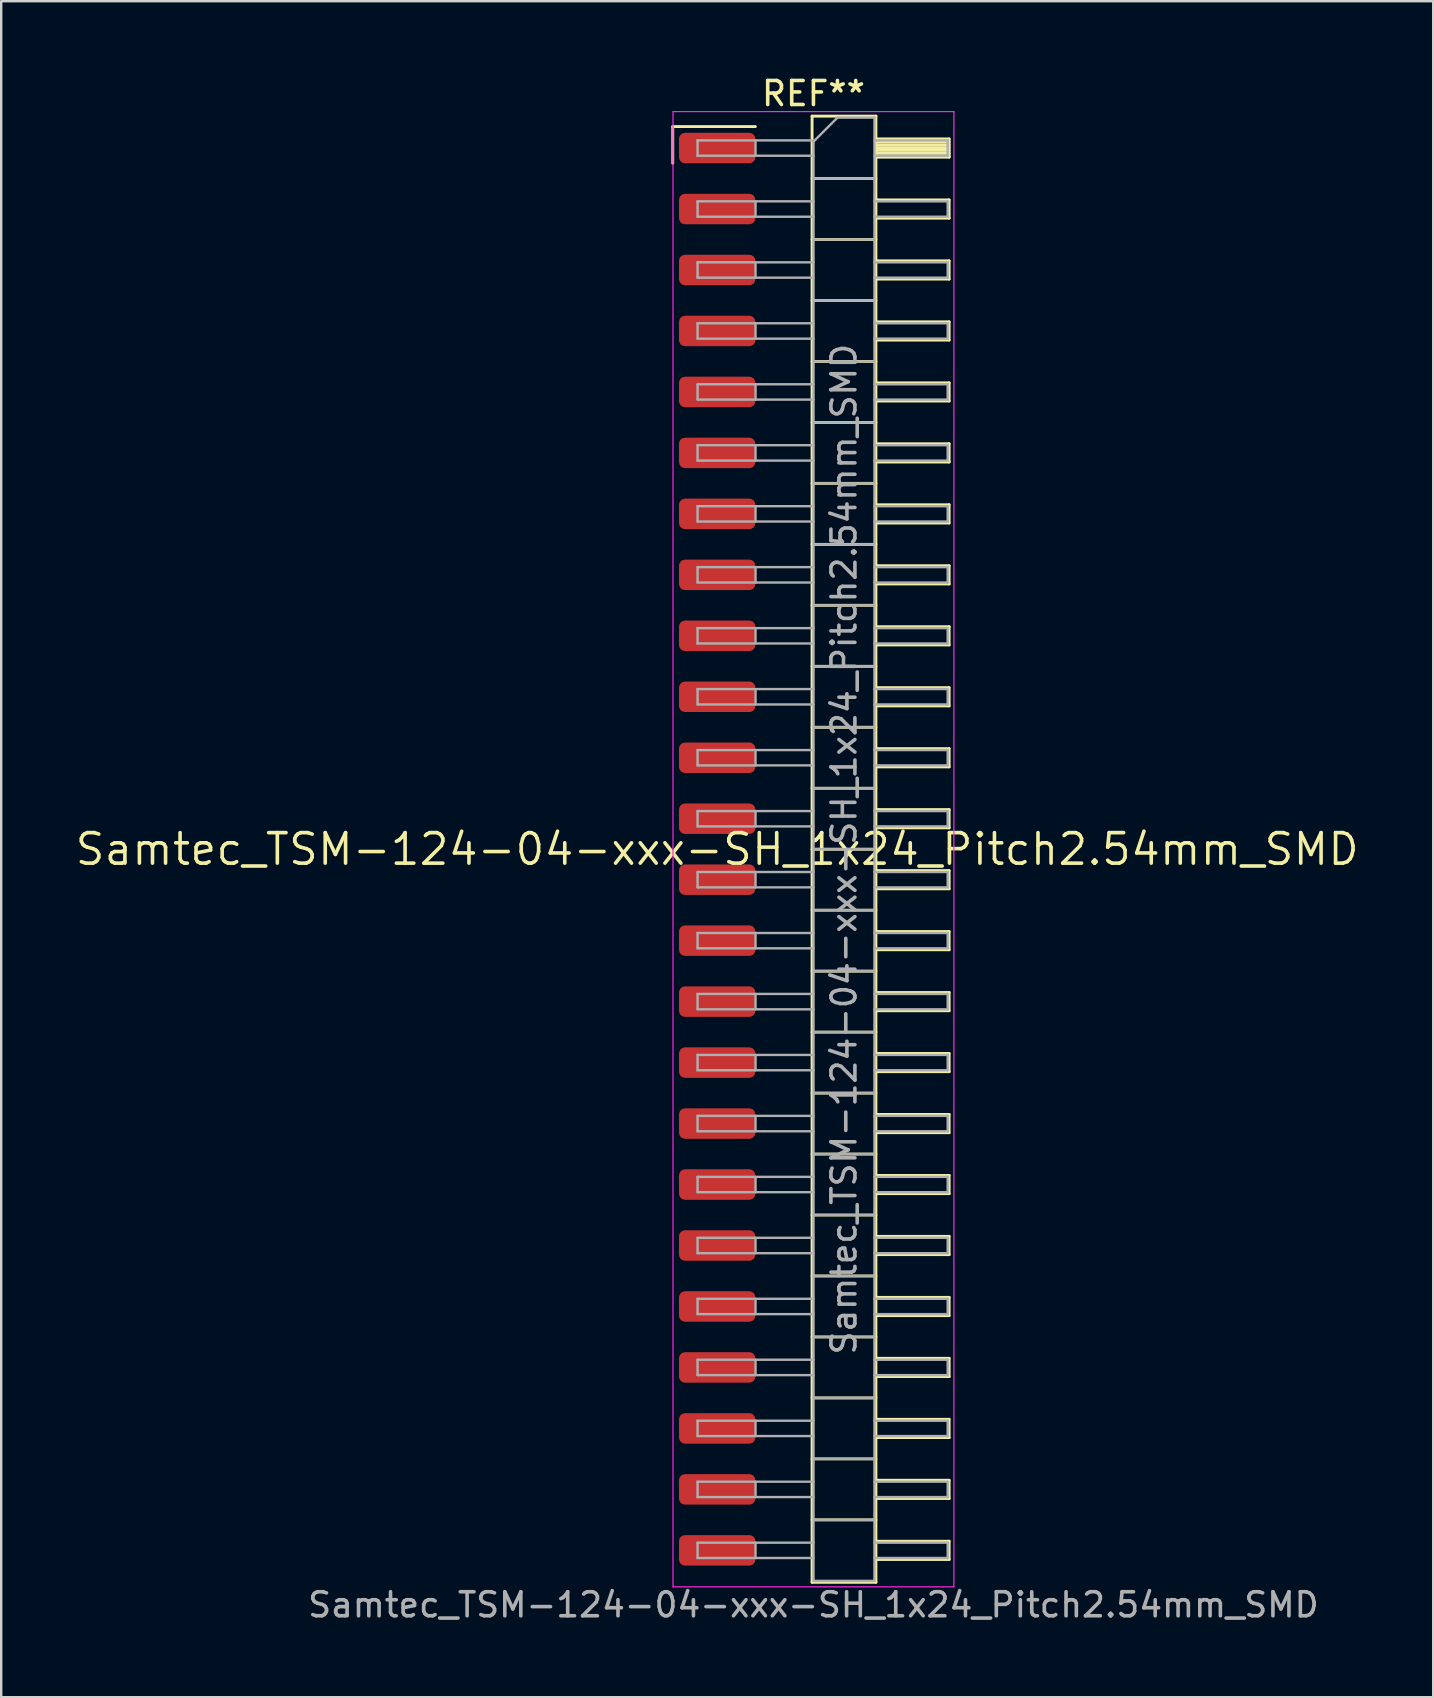
<source format=kicad_pcb>
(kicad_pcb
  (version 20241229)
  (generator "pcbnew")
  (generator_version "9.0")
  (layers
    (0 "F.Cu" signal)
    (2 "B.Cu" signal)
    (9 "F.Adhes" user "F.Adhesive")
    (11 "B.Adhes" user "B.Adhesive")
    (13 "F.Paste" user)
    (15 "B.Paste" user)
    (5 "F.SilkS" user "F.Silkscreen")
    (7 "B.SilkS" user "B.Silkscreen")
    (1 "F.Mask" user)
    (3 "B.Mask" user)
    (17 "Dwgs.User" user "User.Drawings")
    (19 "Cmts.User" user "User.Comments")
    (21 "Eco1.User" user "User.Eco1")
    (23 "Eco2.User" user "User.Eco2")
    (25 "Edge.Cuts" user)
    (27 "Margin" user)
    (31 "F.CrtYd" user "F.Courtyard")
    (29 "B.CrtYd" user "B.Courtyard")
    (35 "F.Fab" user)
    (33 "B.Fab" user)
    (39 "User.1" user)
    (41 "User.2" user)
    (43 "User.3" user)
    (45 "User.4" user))
  (footprint "Samtec_TSM-124-04-xxx-SH_1x24_Pitch2.54mm_SMD"
    (layer "F.Cu")
    (at 26.828 32.328)
    (property "Reference" "Samtec_TSM-124-04-xxx-SH_1x24_Pitch2.54mm_SMD" (at 0 0 0) (layer "F.SilkS") (effects (font (size 1.27 1.27) (thickness 0.15))))
    (attr smd)
    (fp_line (start -1.85 -30.105) (end 1.59 -30.105) (stroke (width 0.12) (type solid)) (layer "F.SilkS"))
    (fp_line (start -1.85 -28.575) (end -1.85 -30.105) (stroke (width 0.12) (type solid)) (layer "F.SilkS"))
    (fp_line (start 3.953 -30.54) (end 6.613 -30.54) (stroke (width 0.12) (type solid)) (layer "F.SilkS"))
    (fp_line (start 3.953 -27.94) (end 6.613 -27.94) (stroke (width 0.12) (type solid)) (layer "F.SilkS"))
    (fp_line (start 3.953 -25.4) (end 6.613 -25.4) (stroke (width 0.12) (type solid)) (layer "F.SilkS"))
    (fp_line (start 3.953 -22.86) (end 6.613 -22.86) (stroke (width 0.12) (type solid)) (layer "F.SilkS"))
    (fp_line (start 3.953 -20.32) (end 6.613 -20.32) (stroke (width 0.12) (type solid)) (layer "F.SilkS"))
    (fp_line (start 3.953 -17.78) (end 6.613 -17.78) (stroke (width 0.12) (type solid)) (layer "F.SilkS"))
    (fp_line (start 3.953 -15.24) (end 6.613 -15.24) (stroke (width 0.12) (type solid)) (layer "F.SilkS"))
    (fp_line (start 3.953 -12.7) (end 6.613 -12.7) (stroke (width 0.12) (type solid)) (layer "F.SilkS"))
    (fp_line (start 3.953 -10.16) (end 6.613 -10.16) (stroke (width 0.12) (type solid)) (layer "F.SilkS"))
    (fp_line (start 3.953 -7.62) (end 6.613 -7.62) (stroke (width 0.12) (type solid)) (layer "F.SilkS"))
    (fp_line (start 3.953 -5.08) (end 6.613 -5.08) (stroke (width 0.12) (type solid)) (layer "F.SilkS"))
    (fp_line (start 3.953 -2.54) (end 6.613 -2.54) (stroke (width 0.12) (type solid)) (layer "F.SilkS"))
    (fp_line (start 3.953 0) (end 6.613 0) (stroke (width 0.12) (type solid)) (layer "F.SilkS"))
    (fp_line (start 3.953 2.54) (end 6.613 2.54) (stroke (width 0.12) (type solid)) (layer "F.SilkS"))
    (fp_line (start 3.953 5.08) (end 6.613 5.08) (stroke (width 0.12) (type solid)) (layer "F.SilkS"))
    (fp_line (start 3.953 7.62) (end 6.613 7.62) (stroke (width 0.12) (type solid)) (layer "F.SilkS"))
    (fp_line (start 3.953 10.16) (end 6.613 10.16) (stroke (width 0.12) (type solid)) (layer "F.SilkS"))
    (fp_line (start 3.953 12.7) (end 6.613 12.7) (stroke (width 0.12) (type solid)) (layer "F.SilkS"))
    (fp_line (start 3.953 15.24) (end 6.613 15.24) (stroke (width 0.12) (type solid)) (layer "F.SilkS"))
    (fp_line (start 3.953 17.78) (end 6.613 17.78) (stroke (width 0.12) (type solid)) (layer "F.SilkS"))
    (fp_line (start 3.953 20.32) (end 6.613 20.32) (stroke (width 0.12) (type solid)) (layer "F.SilkS"))
    (fp_line (start 3.953 22.86) (end 6.613 22.86) (stroke (width 0.12) (type solid)) (layer "F.SilkS"))
    (fp_line (start 3.953 25.4) (end 6.613 25.4) (stroke (width 0.12) (type solid)) (layer "F.SilkS"))
    (fp_line (start 3.953 27.94) (end 6.613 27.94) (stroke (width 0.12) (type solid)) (layer "F.SilkS"))
    (fp_line (start 3.953 30.54) (end 3.953 -30.54) (stroke (width 0.12) (type solid)) (layer "F.SilkS"))
    (fp_line (start 6.613 -30.54) (end 6.613 30.54) (stroke (width 0.12) (type solid)) (layer "F.SilkS"))
    (fp_line (start 6.613 -29.59) (end 9.663 -29.59) (stroke (width 0.12) (type solid)) (layer "F.SilkS"))
    (fp_line (start 6.613 -29.47) (end 9.663 -29.47) (stroke (width 0.12) (type solid)) (layer "F.SilkS"))
    (fp_line (start 6.613 -29.35) (end 9.663 -29.35) (stroke (width 0.12) (type solid)) (layer "F.SilkS"))
    (fp_line (start 6.613 -29.23) (end 9.663 -29.23) (stroke (width 0.12) (type solid)) (layer "F.SilkS"))
    (fp_line (start 6.613 -29.11) (end 9.663 -29.11) (stroke (width 0.12) (type solid)) (layer "F.SilkS"))
    (fp_line (start 6.613 -28.99) (end 9.663 -28.99) (stroke (width 0.12) (type solid)) (layer "F.SilkS"))
    (fp_line (start 6.613 -28.87) (end 9.663 -28.87) (stroke (width 0.12) (type solid)) (layer "F.SilkS"))
    (fp_line (start 6.613 -28.83) (end 9.663 -28.83) (stroke (width 0.12) (type solid)) (layer "F.SilkS"))
    (fp_line (start 6.613 -27.05) (end 9.663 -27.05) (stroke (width 0.12) (type solid)) (layer "F.SilkS"))
    (fp_line (start 6.613 -26.29) (end 9.663 -26.29) (stroke (width 0.12) (type solid)) (layer "F.SilkS"))
    (fp_line (start 6.613 -24.51) (end 9.663 -24.51) (stroke (width 0.12) (type solid)) (layer "F.SilkS"))
    (fp_line (start 6.613 -23.75) (end 9.663 -23.75) (stroke (width 0.12) (type solid)) (layer "F.SilkS"))
    (fp_line (start 6.613 -21.97) (end 9.663 -21.97) (stroke (width 0.12) (type solid)) (layer "F.SilkS"))
    (fp_line (start 6.613 -21.21) (end 9.663 -21.21) (stroke (width 0.12) (type solid)) (layer "F.SilkS"))
    (fp_line (start 6.613 -19.43) (end 9.663 -19.43) (stroke (width 0.12) (type solid)) (layer "F.SilkS"))
    (fp_line (start 6.613 -18.67) (end 9.663 -18.67) (stroke (width 0.12) (type solid)) (layer "F.SilkS"))
    (fp_line (start 6.613 -16.89) (end 9.663 -16.89) (stroke (width 0.12) (type solid)) (layer "F.SilkS"))
    (fp_line (start 6.613 -16.13) (end 9.663 -16.13) (stroke (width 0.12) (type solid)) (layer "F.SilkS"))
    (fp_line (start 6.613 -14.35) (end 9.663 -14.35) (stroke (width 0.12) (type solid)) (layer "F.SilkS"))
    (fp_line (start 6.613 -13.59) (end 9.663 -13.59) (stroke (width 0.12) (type solid)) (layer "F.SilkS"))
    (fp_line (start 6.613 -11.81) (end 9.663 -11.81) (stroke (width 0.12) (type solid)) (layer "F.SilkS"))
    (fp_line (start 6.613 -11.05) (end 9.663 -11.05) (stroke (width 0.12) (type solid)) (layer "F.SilkS"))
    (fp_line (start 6.613 -9.27) (end 9.663 -9.27) (stroke (width 0.12) (type solid)) (layer "F.SilkS"))
    (fp_line (start 6.613 -8.51) (end 9.663 -8.51) (stroke (width 0.12) (type solid)) (layer "F.SilkS"))
    (fp_line (start 6.613 -6.73) (end 9.663 -6.73) (stroke (width 0.12) (type solid)) (layer "F.SilkS"))
    (fp_line (start 6.613 -5.97) (end 9.663 -5.97) (stroke (width 0.12) (type solid)) (layer "F.SilkS"))
    (fp_line (start 6.613 -4.19) (end 9.663 -4.19) (stroke (width 0.12) (type solid)) (layer "F.SilkS"))
    (fp_line (start 6.613 -3.43) (end 9.663 -3.43) (stroke (width 0.12) (type solid)) (layer "F.SilkS"))
    (fp_line (start 6.613 -1.65) (end 9.663 -1.65) (stroke (width 0.12) (type solid)) (layer "F.SilkS"))
    (fp_line (start 6.613 -0.89) (end 9.663 -0.89) (stroke (width 0.12) (type solid)) (layer "F.SilkS"))
    (fp_line (start 6.613 0.89) (end 9.663 0.89) (stroke (width 0.12) (type solid)) (layer "F.SilkS"))
    (fp_line (start 6.613 1.65) (end 9.663 1.65) (stroke (width 0.12) (type solid)) (layer "F.SilkS"))
    (fp_line (start 6.613 3.43) (end 9.663 3.43) (stroke (width 0.12) (type solid)) (layer "F.SilkS"))
    (fp_line (start 6.613 4.19) (end 9.663 4.19) (stroke (width 0.12) (type solid)) (layer "F.SilkS"))
    (fp_line (start 6.613 5.97) (end 9.663 5.97) (stroke (width 0.12) (type solid)) (layer "F.SilkS"))
    (fp_line (start 6.613 6.73) (end 9.663 6.73) (stroke (width 0.12) (type solid)) (layer "F.SilkS"))
    (fp_line (start 6.613 8.51) (end 9.663 8.51) (stroke (width 0.12) (type solid)) (layer "F.SilkS"))
    (fp_line (start 6.613 9.27) (end 9.663 9.27) (stroke (width 0.12) (type solid)) (layer "F.SilkS"))
    (fp_line (start 6.613 11.05) (end 9.663 11.05) (stroke (width 0.12) (type solid)) (layer "F.SilkS"))
    (fp_line (start 6.613 11.81) (end 9.663 11.81) (stroke (width 0.12) (type solid)) (layer "F.SilkS"))
    (fp_line (start 6.613 13.59) (end 9.663 13.59) (stroke (width 0.12) (type solid)) (layer "F.SilkS"))
    (fp_line (start 6.613 14.35) (end 9.663 14.35) (stroke (width 0.12) (type solid)) (layer "F.SilkS"))
    (fp_line (start 6.613 16.13) (end 9.663 16.13) (stroke (width 0.12) (type solid)) (layer "F.SilkS"))
    (fp_line (start 6.613 16.89) (end 9.663 16.89) (stroke (width 0.12) (type solid)) (layer "F.SilkS"))
    (fp_line (start 6.613 18.67) (end 9.663 18.67) (stroke (width 0.12) (type solid)) (layer "F.SilkS"))
    (fp_line (start 6.613 19.43) (end 9.663 19.43) (stroke (width 0.12) (type solid)) (layer "F.SilkS"))
    (fp_line (start 6.613 21.21) (end 9.663 21.21) (stroke (width 0.12) (type solid)) (layer "F.SilkS"))
    (fp_line (start 6.613 21.97) (end 9.663 21.97) (stroke (width 0.12) (type solid)) (layer "F.SilkS"))
    (fp_line (start 6.613 23.75) (end 9.663 23.75) (stroke (width 0.12) (type solid)) (layer "F.SilkS"))
    (fp_line (start 6.613 24.51) (end 9.663 24.51) (stroke (width 0.12) (type solid)) (layer "F.SilkS"))
    (fp_line (start 6.613 26.29) (end 9.663 26.29) (stroke (width 0.12) (type solid)) (layer "F.SilkS"))
    (fp_line (start 6.613 27.05) (end 9.663 27.05) (stroke (width 0.12) (type solid)) (layer "F.SilkS"))
    (fp_line (start 6.613 28.83) (end 9.663 28.83) (stroke (width 0.12) (type solid)) (layer "F.SilkS"))
    (fp_line (start 6.613 29.59) (end 9.663 29.59) (stroke (width 0.12) (type solid)) (layer "F.SilkS"))
    (fp_line (start 6.613 30.54) (end 3.953 30.54) (stroke (width 0.12) (type solid)) (layer "F.SilkS"))
    (fp_line (start 9.663 -29.59) (end 9.663 -28.83) (stroke (width 0.12) (type solid)) (layer "F.SilkS"))
    (fp_line (start 9.663 -27.05) (end 9.663 -26.29) (stroke (width 0.12) (type solid)) (layer "F.SilkS"))
    (fp_line (start 9.663 -24.51) (end 9.663 -23.75) (stroke (width 0.12) (type solid)) (layer "F.SilkS"))
    (fp_line (start 9.663 -21.97) (end 9.663 -21.21) (stroke (width 0.12) (type solid)) (layer "F.SilkS"))
    (fp_line (start 9.663 -19.43) (end 9.663 -18.67) (stroke (width 0.12) (type solid)) (layer "F.SilkS"))
    (fp_line (start 9.663 -16.89) (end 9.663 -16.13) (stroke (width 0.12) (type solid)) (layer "F.SilkS"))
    (fp_line (start 9.663 -14.35) (end 9.663 -13.59) (stroke (width 0.12) (type solid)) (layer "F.SilkS"))
    (fp_line (start 9.663 -11.81) (end 9.663 -11.05) (stroke (width 0.12) (type solid)) (layer "F.SilkS"))
    (fp_line (start 9.663 -9.27) (end 9.663 -8.51) (stroke (width 0.12) (type solid)) (layer "F.SilkS"))
    (fp_line (start 9.663 -6.73) (end 9.663 -5.97) (stroke (width 0.12) (type solid)) (layer "F.SilkS"))
    (fp_line (start 9.663 -4.19) (end 9.663 -3.43) (stroke (width 0.12) (type solid)) (layer "F.SilkS"))
    (fp_line (start 9.663 -1.65) (end 9.663 -0.89) (stroke (width 0.12) (type solid)) (layer "F.SilkS"))
    (fp_line (start 9.663 0.89) (end 9.663 1.65) (stroke (width 0.12) (type solid)) (layer "F.SilkS"))
    (fp_line (start 9.663 3.43) (end 9.663 4.19) (stroke (width 0.12) (type solid)) (layer "F.SilkS"))
    (fp_line (start 9.663 5.97) (end 9.663 6.73) (stroke (width 0.12) (type solid)) (layer "F.SilkS"))
    (fp_line (start 9.663 8.51) (end 9.663 9.27) (stroke (width 0.12) (type solid)) (layer "F.SilkS"))
    (fp_line (start 9.663 11.05) (end 9.663 11.81) (stroke (width 0.12) (type solid)) (layer "F.SilkS"))
    (fp_line (start 9.663 13.59) (end 9.663 14.35) (stroke (width 0.12) (type solid)) (layer "F.SilkS"))
    (fp_line (start 9.663 16.13) (end 9.663 16.89) (stroke (width 0.12) (type solid)) (layer "F.SilkS"))
    (fp_line (start 9.663 18.67) (end 9.663 19.43) (stroke (width 0.12) (type solid)) (layer "F.SilkS"))
    (fp_line (start 9.663 21.21) (end 9.663 21.97) (stroke (width 0.12) (type solid)) (layer "F.SilkS"))
    (fp_line (start 9.663 23.75) (end 9.663 24.51) (stroke (width 0.12) (type solid)) (layer "F.SilkS"))
    (fp_line (start 9.663 26.29) (end 9.663 27.05) (stroke (width 0.12) (type solid)) (layer "F.SilkS"))
    (fp_line (start 9.663 28.83) (end 9.663 29.59) (stroke (width 0.12) (type solid)) (layer "F.SilkS"))
    (fp_line (start -1.84 -30.73) (end 9.86 -30.73) (stroke (width 0.05) (type solid)) (layer "F.CrtYd"))
    (fp_line (start -1.84 30.73) (end -1.84 -30.73) (stroke (width 0.05) (type solid)) (layer "F.CrtYd"))
    (fp_line (start 9.86 -30.73) (end 9.86 30.73) (stroke (width 0.05) (type solid)) (layer "F.CrtYd"))
    (fp_line (start 9.86 30.73) (end -1.84 30.73) (stroke (width 0.05) (type solid)) (layer "F.CrtYd"))
    (fp_line (start -0.817 -29.53) (end -0.817 -28.89) (stroke (width 0.1) (type solid)) (layer "F.Fab"))
    (fp_line (start -0.817 -29.53) (end 4.013 -29.53) (stroke (width 0.1) (type solid)) (layer "F.Fab"))
    (fp_line (start -0.817 -28.89) (end 4.013 -28.89) (stroke (width 0.1) (type solid)) (layer "F.Fab"))
    (fp_line (start -0.817 -26.99) (end -0.817 -26.35) (stroke (width 0.1) (type solid)) (layer "F.Fab"))
    (fp_line (start -0.817 -26.99) (end 4.013 -26.99) (stroke (width 0.1) (type solid)) (layer "F.Fab"))
    (fp_line (start -0.817 -26.35) (end 4.013 -26.35) (stroke (width 0.1) (type solid)) (layer "F.Fab"))
    (fp_line (start -0.817 -24.45) (end -0.817 -23.81) (stroke (width 0.1) (type solid)) (layer "F.Fab"))
    (fp_line (start -0.817 -24.45) (end 4.013 -24.45) (stroke (width 0.1) (type solid)) (layer "F.Fab"))
    (fp_line (start -0.817 -23.81) (end 4.013 -23.81) (stroke (width 0.1) (type solid)) (layer "F.Fab"))
    (fp_line (start -0.817 -21.91) (end -0.817 -21.27) (stroke (width 0.1) (type solid)) (layer "F.Fab"))
    (fp_line (start -0.817 -21.91) (end 4.013 -21.91) (stroke (width 0.1) (type solid)) (layer "F.Fab"))
    (fp_line (start -0.817 -21.27) (end 4.013 -21.27) (stroke (width 0.1) (type solid)) (layer "F.Fab"))
    (fp_line (start -0.817 -19.37) (end -0.817 -18.73) (stroke (width 0.1) (type solid)) (layer "F.Fab"))
    (fp_line (start -0.817 -19.37) (end 4.013 -19.37) (stroke (width 0.1) (type solid)) (layer "F.Fab"))
    (fp_line (start -0.817 -18.73) (end 4.013 -18.73) (stroke (width 0.1) (type solid)) (layer "F.Fab"))
    (fp_line (start -0.817 -16.83) (end -0.817 -16.19) (stroke (width 0.1) (type solid)) (layer "F.Fab"))
    (fp_line (start -0.817 -16.83) (end 4.013 -16.83) (stroke (width 0.1) (type solid)) (layer "F.Fab"))
    (fp_line (start -0.817 -16.19) (end 4.013 -16.19) (stroke (width 0.1) (type solid)) (layer "F.Fab"))
    (fp_line (start -0.817 -14.29) (end -0.817 -13.65) (stroke (width 0.1) (type solid)) (layer "F.Fab"))
    (fp_line (start -0.817 -14.29) (end 4.013 -14.29) (stroke (width 0.1) (type solid)) (layer "F.Fab"))
    (fp_line (start -0.817 -13.65) (end 4.013 -13.65) (stroke (width 0.1) (type solid)) (layer "F.Fab"))
    (fp_line (start -0.817 -11.75) (end -0.817 -11.11) (stroke (width 0.1) (type solid)) (layer "F.Fab"))
    (fp_line (start -0.817 -11.75) (end 4.013 -11.75) (stroke (width 0.1) (type solid)) (layer "F.Fab"))
    (fp_line (start -0.817 -11.11) (end 4.013 -11.11) (stroke (width 0.1) (type solid)) (layer "F.Fab"))
    (fp_line (start -0.817 -9.21) (end -0.817 -8.57) (stroke (width 0.1) (type solid)) (layer "F.Fab"))
    (fp_line (start -0.817 -9.21) (end 4.013 -9.21) (stroke (width 0.1) (type solid)) (layer "F.Fab"))
    (fp_line (start -0.817 -8.57) (end 4.013 -8.57) (stroke (width 0.1) (type solid)) (layer "F.Fab"))
    (fp_line (start -0.817 -6.67) (end -0.817 -6.03) (stroke (width 0.1) (type solid)) (layer "F.Fab"))
    (fp_line (start -0.817 -6.67) (end 4.013 -6.67) (stroke (width 0.1) (type solid)) (layer "F.Fab"))
    (fp_line (start -0.817 -6.03) (end 4.013 -6.03) (stroke (width 0.1) (type solid)) (layer "F.Fab"))
    (fp_line (start -0.817 -4.13) (end -0.817 -3.49) (stroke (width 0.1) (type solid)) (layer "F.Fab"))
    (fp_line (start -0.817 -4.13) (end 4.013 -4.13) (stroke (width 0.1) (type solid)) (layer "F.Fab"))
    (fp_line (start -0.817 -3.49) (end 4.013 -3.49) (stroke (width 0.1) (type solid)) (layer "F.Fab"))
    (fp_line (start -0.817 -1.59) (end -0.817 -0.95) (stroke (width 0.1) (type solid)) (layer "F.Fab"))
    (fp_line (start -0.817 -1.59) (end 4.013 -1.59) (stroke (width 0.1) (type solid)) (layer "F.Fab"))
    (fp_line (start -0.817 -0.95) (end 4.013 -0.95) (stroke (width 0.1) (type solid)) (layer "F.Fab"))
    (fp_line (start -0.817 0.95) (end -0.817 1.59) (stroke (width 0.1) (type solid)) (layer "F.Fab"))
    (fp_line (start -0.817 0.95) (end 4.013 0.95) (stroke (width 0.1) (type solid)) (layer "F.Fab"))
    (fp_line (start -0.817 1.59) (end 4.013 1.59) (stroke (width 0.1) (type solid)) (layer "F.Fab"))
    (fp_line (start -0.817 3.49) (end -0.817 4.13) (stroke (width 0.1) (type solid)) (layer "F.Fab"))
    (fp_line (start -0.817 3.49) (end 4.013 3.49) (stroke (width 0.1) (type solid)) (layer "F.Fab"))
    (fp_line (start -0.817 4.13) (end 4.013 4.13) (stroke (width 0.1) (type solid)) (layer "F.Fab"))
    (fp_line (start -0.817 6.03) (end -0.817 6.67) (stroke (width 0.1) (type solid)) (layer "F.Fab"))
    (fp_line (start -0.817 6.03) (end 4.013 6.03) (stroke (width 0.1) (type solid)) (layer "F.Fab"))
    (fp_line (start -0.817 6.67) (end 4.013 6.67) (stroke (width 0.1) (type solid)) (layer "F.Fab"))
    (fp_line (start -0.817 8.57) (end -0.817 9.21) (stroke (width 0.1) (type solid)) (layer "F.Fab"))
    (fp_line (start -0.817 8.57) (end 4.013 8.57) (stroke (width 0.1) (type solid)) (layer "F.Fab"))
    (fp_line (start -0.817 9.21) (end 4.013 9.21) (stroke (width 0.1) (type solid)) (layer "F.Fab"))
    (fp_line (start -0.817 11.11) (end -0.817 11.75) (stroke (width 0.1) (type solid)) (layer "F.Fab"))
    (fp_line (start -0.817 11.11) (end 4.013 11.11) (stroke (width 0.1) (type solid)) (layer "F.Fab"))
    (fp_line (start -0.817 11.75) (end 4.013 11.75) (stroke (width 0.1) (type solid)) (layer "F.Fab"))
    (fp_line (start -0.817 13.65) (end -0.817 14.29) (stroke (width 0.1) (type solid)) (layer "F.Fab"))
    (fp_line (start -0.817 13.65) (end 4.013 13.65) (stroke (width 0.1) (type solid)) (layer "F.Fab"))
    (fp_line (start -0.817 14.29) (end 4.013 14.29) (stroke (width 0.1) (type solid)) (layer "F.Fab"))
    (fp_line (start -0.817 16.19) (end -0.817 16.83) (stroke (width 0.1) (type solid)) (layer "F.Fab"))
    (fp_line (start -0.817 16.19) (end 4.013 16.19) (stroke (width 0.1) (type solid)) (layer "F.Fab"))
    (fp_line (start -0.817 16.83) (end 4.013 16.83) (stroke (width 0.1) (type solid)) (layer "F.Fab"))
    (fp_line (start -0.817 18.73) (end -0.817 19.37) (stroke (width 0.1) (type solid)) (layer "F.Fab"))
    (fp_line (start -0.817 18.73) (end 4.013 18.73) (stroke (width 0.1) (type solid)) (layer "F.Fab"))
    (fp_line (start -0.817 19.37) (end 4.013 19.37) (stroke (width 0.1) (type solid)) (layer "F.Fab"))
    (fp_line (start -0.817 21.27) (end -0.817 21.91) (stroke (width 0.1) (type solid)) (layer "F.Fab"))
    (fp_line (start -0.817 21.27) (end 4.013 21.27) (stroke (width 0.1) (type solid)) (layer "F.Fab"))
    (fp_line (start -0.817 21.91) (end 4.013 21.91) (stroke (width 0.1) (type solid)) (layer "F.Fab"))
    (fp_line (start -0.817 23.81) (end -0.817 24.45) (stroke (width 0.1) (type solid)) (layer "F.Fab"))
    (fp_line (start -0.817 23.81) (end 4.013 23.81) (stroke (width 0.1) (type solid)) (layer "F.Fab"))
    (fp_line (start -0.817 24.45) (end 4.013 24.45) (stroke (width 0.1) (type solid)) (layer "F.Fab"))
    (fp_line (start -0.817 26.35) (end -0.817 26.99) (stroke (width 0.1) (type solid)) (layer "F.Fab"))
    (fp_line (start -0.817 26.35) (end 4.013 26.35) (stroke (width 0.1) (type solid)) (layer "F.Fab"))
    (fp_line (start -0.817 26.99) (end 4.013 26.99) (stroke (width 0.1) (type solid)) (layer "F.Fab"))
    (fp_line (start -0.817 28.89) (end -0.817 29.53) (stroke (width 0.1) (type solid)) (layer "F.Fab"))
    (fp_line (start -0.817 28.89) (end 4.013 28.89) (stroke (width 0.1) (type solid)) (layer "F.Fab"))
    (fp_line (start -0.817 29.53) (end 4.013 29.53) (stroke (width 0.1) (type solid)) (layer "F.Fab"))
    (fp_line (start 1.598 -29.53) (end 1.598 -28.89) (stroke (width 0.1) (type solid)) (layer "F.Fab"))
    (fp_line (start 1.598 -26.99) (end 1.598 -26.35) (stroke (width 0.1) (type solid)) (layer "F.Fab"))
    (fp_line (start 1.598 -24.45) (end 1.598 -23.81) (stroke (width 0.1) (type solid)) (layer "F.Fab"))
    (fp_line (start 1.598 -21.91) (end 1.598 -21.27) (stroke (width 0.1) (type solid)) (layer "F.Fab"))
    (fp_line (start 1.598 -19.37) (end 1.598 -18.73) (stroke (width 0.1) (type solid)) (layer "F.Fab"))
    (fp_line (start 1.598 -16.83) (end 1.598 -16.19) (stroke (width 0.1) (type solid)) (layer "F.Fab"))
    (fp_line (start 1.598 -14.29) (end 1.598 -13.65) (stroke (width 0.1) (type solid)) (layer "F.Fab"))
    (fp_line (start 1.598 -11.75) (end 1.598 -11.11) (stroke (width 0.1) (type solid)) (layer "F.Fab"))
    (fp_line (start 1.598 -9.21) (end 1.598 -8.57) (stroke (width 0.1) (type solid)) (layer "F.Fab"))
    (fp_line (start 1.598 -6.67) (end 1.598 -6.03) (stroke (width 0.1) (type solid)) (layer "F.Fab"))
    (fp_line (start 1.598 -4.13) (end 1.598 -3.49) (stroke (width 0.1) (type solid)) (layer "F.Fab"))
    (fp_line (start 1.598 -1.59) (end 1.598 -0.95) (stroke (width 0.1) (type solid)) (layer "F.Fab"))
    (fp_line (start 1.598 0.95) (end 1.598 1.59) (stroke (width 0.1) (type solid)) (layer "F.Fab"))
    (fp_line (start 1.598 3.49) (end 1.598 4.13) (stroke (width 0.1) (type solid)) (layer "F.Fab"))
    (fp_line (start 1.598 6.03) (end 1.598 6.67) (stroke (width 0.1) (type solid)) (layer "F.Fab"))
    (fp_line (start 1.598 8.57) (end 1.598 9.21) (stroke (width 0.1) (type solid)) (layer "F.Fab"))
    (fp_line (start 1.598 11.11) (end 1.598 11.75) (stroke (width 0.1) (type solid)) (layer "F.Fab"))
    (fp_line (start 1.598 13.65) (end 1.598 14.29) (stroke (width 0.1) (type solid)) (layer "F.Fab"))
    (fp_line (start 1.598 16.19) (end 1.598 16.83) (stroke (width 0.1) (type solid)) (layer "F.Fab"))
    (fp_line (start 1.598 18.73) (end 1.598 19.37) (stroke (width 0.1) (type solid)) (layer "F.Fab"))
    (fp_line (start 1.598 21.27) (end 1.598 21.91) (stroke (width 0.1) (type solid)) (layer "F.Fab"))
    (fp_line (start 1.598 23.81) (end 1.598 24.45) (stroke (width 0.1) (type solid)) (layer "F.Fab"))
    (fp_line (start 1.598 26.35) (end 1.598 26.99) (stroke (width 0.1) (type solid)) (layer "F.Fab"))
    (fp_line (start 1.598 28.89) (end 1.598 29.53) (stroke (width 0.1) (type solid)) (layer "F.Fab"))
    (fp_line (start 4.013 -29.48) (end 5.013 -30.48) (stroke (width 0.1) (type solid)) (layer "F.Fab"))
    (fp_line (start 4.013 -27.94) (end 6.553 -27.94) (stroke (width 0.1) (type solid)) (layer "F.Fab"))
    (fp_line (start 4.013 -25.4) (end 6.553 -25.4) (stroke (width 0.1) (type solid)) (layer "F.Fab"))
    (fp_line (start 4.013 -22.86) (end 6.553 -22.86) (stroke (width 0.1) (type solid)) (layer "F.Fab"))
    (fp_line (start 4.013 -20.32) (end 6.553 -20.32) (stroke (width 0.1) (type solid)) (layer "F.Fab"))
    (fp_line (start 4.013 -17.78) (end 6.553 -17.78) (stroke (width 0.1) (type solid)) (layer "F.Fab"))
    (fp_line (start 4.013 -15.24) (end 6.553 -15.24) (stroke (width 0.1) (type solid)) (layer "F.Fab"))
    (fp_line (start 4.013 -12.7) (end 6.553 -12.7) (stroke (width 0.1) (type solid)) (layer "F.Fab"))
    (fp_line (start 4.013 -10.16) (end 6.553 -10.16) (stroke (width 0.1) (type solid)) (layer "F.Fab"))
    (fp_line (start 4.013 -7.62) (end 6.553 -7.62) (stroke (width 0.1) (type solid)) (layer "F.Fab"))
    (fp_line (start 4.013 -5.08) (end 6.553 -5.08) (stroke (width 0.1) (type solid)) (layer "F.Fab"))
    (fp_line (start 4.013 -2.54) (end 6.553 -2.54) (stroke (width 0.1) (type solid)) (layer "F.Fab"))
    (fp_line (start 4.013 0) (end 6.553 0) (stroke (width 0.1) (type solid)) (layer "F.Fab"))
    (fp_line (start 4.013 2.54) (end 6.553 2.54) (stroke (width 0.1) (type solid)) (layer "F.Fab"))
    (fp_line (start 4.013 5.08) (end 6.553 5.08) (stroke (width 0.1) (type solid)) (layer "F.Fab"))
    (fp_line (start 4.013 7.62) (end 6.553 7.62) (stroke (width 0.1) (type solid)) (layer "F.Fab"))
    (fp_line (start 4.013 10.16) (end 6.553 10.16) (stroke (width 0.1) (type solid)) (layer "F.Fab"))
    (fp_line (start 4.013 12.7) (end 6.553 12.7) (stroke (width 0.1) (type solid)) (layer "F.Fab"))
    (fp_line (start 4.013 15.24) (end 6.553 15.24) (stroke (width 0.1) (type solid)) (layer "F.Fab"))
    (fp_line (start 4.013 17.78) (end 6.553 17.78) (stroke (width 0.1) (type solid)) (layer "F.Fab"))
    (fp_line (start 4.013 20.32) (end 6.553 20.32) (stroke (width 0.1) (type solid)) (layer "F.Fab"))
    (fp_line (start 4.013 22.86) (end 6.553 22.86) (stroke (width 0.1) (type solid)) (layer "F.Fab"))
    (fp_line (start 4.013 25.4) (end 6.553 25.4) (stroke (width 0.1) (type solid)) (layer "F.Fab"))
    (fp_line (start 4.013 27.94) (end 6.553 27.94) (stroke (width 0.1) (type solid)) (layer "F.Fab"))
    (fp_line (start 4.013 30.48) (end 4.013 -29.48) (stroke (width 0.1) (type solid)) (layer "F.Fab"))
    (fp_line (start 5.013 -30.48) (end 6.553 -30.48) (stroke (width 0.1) (type solid)) (layer "F.Fab"))
    (fp_line (start 6.553 -30.48) (end 6.553 30.48) (stroke (width 0.1) (type solid)) (layer "F.Fab"))
    (fp_line (start 6.553 -29.53) (end 9.603 -29.53) (stroke (width 0.1) (type solid)) (layer "F.Fab"))
    (fp_line (start 6.553 -28.89) (end 9.603 -28.89) (stroke (width 0.1) (type solid)) (layer "F.Fab"))
    (fp_line (start 6.553 -26.99) (end 9.603 -26.99) (stroke (width 0.1) (type solid)) (layer "F.Fab"))
    (fp_line (start 6.553 -26.35) (end 9.603 -26.35) (stroke (width 0.1) (type solid)) (layer "F.Fab"))
    (fp_line (start 6.553 -24.45) (end 9.603 -24.45) (stroke (width 0.1) (type solid)) (layer "F.Fab"))
    (fp_line (start 6.553 -23.81) (end 9.603 -23.81) (stroke (width 0.1) (type solid)) (layer "F.Fab"))
    (fp_line (start 6.553 -21.91) (end 9.603 -21.91) (stroke (width 0.1) (type solid)) (layer "F.Fab"))
    (fp_line (start 6.553 -21.27) (end 9.603 -21.27) (stroke (width 0.1) (type solid)) (layer "F.Fab"))
    (fp_line (start 6.553 -19.37) (end 9.603 -19.37) (stroke (width 0.1) (type solid)) (layer "F.Fab"))
    (fp_line (start 6.553 -18.73) (end 9.603 -18.73) (stroke (width 0.1) (type solid)) (layer "F.Fab"))
    (fp_line (start 6.553 -16.83) (end 9.603 -16.83) (stroke (width 0.1) (type solid)) (layer "F.Fab"))
    (fp_line (start 6.553 -16.19) (end 9.603 -16.19) (stroke (width 0.1) (type solid)) (layer "F.Fab"))
    (fp_line (start 6.553 -14.29) (end 9.603 -14.29) (stroke (width 0.1) (type solid)) (layer "F.Fab"))
    (fp_line (start 6.553 -13.65) (end 9.603 -13.65) (stroke (width 0.1) (type solid)) (layer "F.Fab"))
    (fp_line (start 6.553 -11.75) (end 9.603 -11.75) (stroke (width 0.1) (type solid)) (layer "F.Fab"))
    (fp_line (start 6.553 -11.11) (end 9.603 -11.11) (stroke (width 0.1) (type solid)) (layer "F.Fab"))
    (fp_line (start 6.553 -9.21) (end 9.603 -9.21) (stroke (width 0.1) (type solid)) (layer "F.Fab"))
    (fp_line (start 6.553 -8.57) (end 9.603 -8.57) (stroke (width 0.1) (type solid)) (layer "F.Fab"))
    (fp_line (start 6.553 -6.67) (end 9.603 -6.67) (stroke (width 0.1) (type solid)) (layer "F.Fab"))
    (fp_line (start 6.553 -6.03) (end 9.603 -6.03) (stroke (width 0.1) (type solid)) (layer "F.Fab"))
    (fp_line (start 6.553 -4.13) (end 9.603 -4.13) (stroke (width 0.1) (type solid)) (layer "F.Fab"))
    (fp_line (start 6.553 -3.49) (end 9.603 -3.49) (stroke (width 0.1) (type solid)) (layer "F.Fab"))
    (fp_line (start 6.553 -1.59) (end 9.603 -1.59) (stroke (width 0.1) (type solid)) (layer "F.Fab"))
    (fp_line (start 6.553 -0.95) (end 9.603 -0.95) (stroke (width 0.1) (type solid)) (layer "F.Fab"))
    (fp_line (start 6.553 0.95) (end 9.603 0.95) (stroke (width 0.1) (type solid)) (layer "F.Fab"))
    (fp_line (start 6.553 1.59) (end 9.603 1.59) (stroke (width 0.1) (type solid)) (layer "F.Fab"))
    (fp_line (start 6.553 3.49) (end 9.603 3.49) (stroke (width 0.1) (type solid)) (layer "F.Fab"))
    (fp_line (start 6.553 4.13) (end 9.603 4.13) (stroke (width 0.1) (type solid)) (layer "F.Fab"))
    (fp_line (start 6.553 6.03) (end 9.603 6.03) (stroke (width 0.1) (type solid)) (layer "F.Fab"))
    (fp_line (start 6.553 6.67) (end 9.603 6.67) (stroke (width 0.1) (type solid)) (layer "F.Fab"))
    (fp_line (start 6.553 8.57) (end 9.603 8.57) (stroke (width 0.1) (type solid)) (layer "F.Fab"))
    (fp_line (start 6.553 9.21) (end 9.603 9.21) (stroke (width 0.1) (type solid)) (layer "F.Fab"))
    (fp_line (start 6.553 11.11) (end 9.603 11.11) (stroke (width 0.1) (type solid)) (layer "F.Fab"))
    (fp_line (start 6.553 11.75) (end 9.603 11.75) (stroke (width 0.1) (type solid)) (layer "F.Fab"))
    (fp_line (start 6.553 13.65) (end 9.603 13.65) (stroke (width 0.1) (type solid)) (layer "F.Fab"))
    (fp_line (start 6.553 14.29) (end 9.603 14.29) (stroke (width 0.1) (type solid)) (layer "F.Fab"))
    (fp_line (start 6.553 16.19) (end 9.603 16.19) (stroke (width 0.1) (type solid)) (layer "F.Fab"))
    (fp_line (start 6.553 16.83) (end 9.603 16.83) (stroke (width 0.1) (type solid)) (layer "F.Fab"))
    (fp_line (start 6.553 18.73) (end 9.603 18.73) (stroke (width 0.1) (type solid)) (layer "F.Fab"))
    (fp_line (start 6.553 19.37) (end 9.603 19.37) (stroke (width 0.1) (type solid)) (layer "F.Fab"))
    (fp_line (start 6.553 21.27) (end 9.603 21.27) (stroke (width 0.1) (type solid)) (layer "F.Fab"))
    (fp_line (start 6.553 21.91) (end 9.603 21.91) (stroke (width 0.1) (type solid)) (layer "F.Fab"))
    (fp_line (start 6.553 23.81) (end 9.603 23.81) (stroke (width 0.1) (type solid)) (layer "F.Fab"))
    (fp_line (start 6.553 24.45) (end 9.603 24.45) (stroke (width 0.1) (type solid)) (layer "F.Fab"))
    (fp_line (start 6.553 26.35) (end 9.603 26.35) (stroke (width 0.1) (type solid)) (layer "F.Fab"))
    (fp_line (start 6.553 26.99) (end 9.603 26.99) (stroke (width 0.1) (type solid)) (layer "F.Fab"))
    (fp_line (start 6.553 28.89) (end 9.603 28.89) (stroke (width 0.1) (type solid)) (layer "F.Fab"))
    (fp_line (start 6.553 29.53) (end 9.603 29.53) (stroke (width 0.1) (type solid)) (layer "F.Fab"))
    (fp_line (start 6.553 30.48) (end 4.013 30.48) (stroke (width 0.1) (type solid)) (layer "F.Fab"))
    (fp_line (start 9.603 -29.53) (end 9.603 -28.89) (stroke (width 0.1) (type solid)) (layer "F.Fab"))
    (fp_line (start 9.603 -26.99) (end 9.603 -26.35) (stroke (width 0.1) (type solid)) (layer "F.Fab"))
    (fp_line (start 9.603 -24.45) (end 9.603 -23.81) (stroke (width 0.1) (type solid)) (layer "F.Fab"))
    (fp_line (start 9.603 -21.91) (end 9.603 -21.27) (stroke (width 0.1) (type solid)) (layer "F.Fab"))
    (fp_line (start 9.603 -19.37) (end 9.603 -18.73) (stroke (width 0.1) (type solid)) (layer "F.Fab"))
    (fp_line (start 9.603 -16.83) (end 9.603 -16.19) (stroke (width 0.1) (type solid)) (layer "F.Fab"))
    (fp_line (start 9.603 -14.29) (end 9.603 -13.65) (stroke (width 0.1) (type solid)) (layer "F.Fab"))
    (fp_line (start 9.603 -11.75) (end 9.603 -11.11) (stroke (width 0.1) (type solid)) (layer "F.Fab"))
    (fp_line (start 9.603 -9.21) (end 9.603 -8.57) (stroke (width 0.1) (type solid)) (layer "F.Fab"))
    (fp_line (start 9.603 -6.67) (end 9.603 -6.03) (stroke (width 0.1) (type solid)) (layer "F.Fab"))
    (fp_line (start 9.603 -4.13) (end 9.603 -3.49) (stroke (width 0.1) (type solid)) (layer "F.Fab"))
    (fp_line (start 9.603 -1.59) (end 9.603 -0.95) (stroke (width 0.1) (type solid)) (layer "F.Fab"))
    (fp_line (start 9.603 0.95) (end 9.603 1.59) (stroke (width 0.1) (type solid)) (layer "F.Fab"))
    (fp_line (start 9.603 3.49) (end 9.603 4.13) (stroke (width 0.1) (type solid)) (layer "F.Fab"))
    (fp_line (start 9.603 6.03) (end 9.603 6.67) (stroke (width 0.1) (type solid)) (layer "F.Fab"))
    (fp_line (start 9.603 8.57) (end 9.603 9.21) (stroke (width 0.1) (type solid)) (layer "F.Fab"))
    (fp_line (start 9.603 11.11) (end 9.603 11.75) (stroke (width 0.1) (type solid)) (layer "F.Fab"))
    (fp_line (start 9.603 13.65) (end 9.603 14.29) (stroke (width 0.1) (type solid)) (layer "F.Fab"))
    (fp_line (start 9.603 16.19) (end 9.603 16.83) (stroke (width 0.1) (type solid)) (layer "F.Fab"))
    (fp_line (start 9.603 18.73) (end 9.603 19.37) (stroke (width 0.1) (type solid)) (layer "F.Fab"))
    (fp_line (start 9.603 21.27) (end 9.603 21.91) (stroke (width 0.1) (type solid)) (layer "F.Fab"))
    (fp_line (start 9.603 23.81) (end 9.603 24.45) (stroke (width 0.1) (type solid)) (layer "F.Fab"))
    (fp_line (start 9.603 26.35) (end 9.603 26.99) (stroke (width 0.1) (type solid)) (layer "F.Fab"))
    (fp_line (start 9.603 28.89) (end 9.603 29.53) (stroke (width 0.1) (type solid)) (layer "F.Fab"))
    (fp_text user "REF**" (at 4.01 -31.48 0) (layer "F.SilkS") (effects (font (size 1 1) (thickness 0.15))))
    (fp_text user "Samtec_TSM-124-04-xxx-SH_1x24_Pitch2.54mm_SMD" (at 4.01 31.48 0) (layer "F.Fab") (effects (font (size 1 1) (thickness 0.15))))
    (fp_text user "${REFERENCE}" (at 5.283 0 90) (layer "F.Fab") (effects (font (size 1 1) (thickness 0.15))))
    (pad "1" smd roundrect (at 0 -29.21) (size 3.18 1.27) (layers "F.Cu" "F.Mask" "F.Paste") (roundrect_rratio 0.197))
    (pad "2" smd roundrect (at 0 -26.67) (size 3.18 1.27) (layers "F.Cu" "F.Mask" "F.Paste") (roundrect_rratio 0.197))
    (pad "3" smd roundrect (at 0 -24.13) (size 3.18 1.27) (layers "F.Cu" "F.Mask" "F.Paste") (roundrect_rratio 0.197))
    (pad "4" smd roundrect (at 0 -21.59) (size 3.18 1.27) (layers "F.Cu" "F.Mask" "F.Paste") (roundrect_rratio 0.197))
    (pad "5" smd roundrect (at 0 -19.05) (size 3.18 1.27) (layers "F.Cu" "F.Mask" "F.Paste") (roundrect_rratio 0.197))
    (pad "6" smd roundrect (at 0 -16.51) (size 3.18 1.27) (layers "F.Cu" "F.Mask" "F.Paste") (roundrect_rratio 0.197))
    (pad "7" smd roundrect (at 0 -13.97) (size 3.18 1.27) (layers "F.Cu" "F.Mask" "F.Paste") (roundrect_rratio 0.197))
    (pad "8" smd roundrect (at 0 -11.43) (size 3.18 1.27) (layers "F.Cu" "F.Mask" "F.Paste") (roundrect_rratio 0.197))
    (pad "9" smd roundrect (at 0 -8.89) (size 3.18 1.27) (layers "F.Cu" "F.Mask" "F.Paste") (roundrect_rratio 0.197))
    (pad "10" smd roundrect (at 0 -6.35) (size 3.18 1.27) (layers "F.Cu" "F.Mask" "F.Paste") (roundrect_rratio 0.197))
    (pad "11" smd roundrect (at 0 -3.81) (size 3.18 1.27) (layers "F.Cu" "F.Mask" "F.Paste") (roundrect_rratio 0.197))
    (pad "12" smd roundrect (at 0 -1.27) (size 3.18 1.27) (layers "F.Cu" "F.Mask" "F.Paste") (roundrect_rratio 0.197))
    (pad "13" smd roundrect (at 0 1.27) (size 3.18 1.27) (layers "F.Cu" "F.Mask" "F.Paste") (roundrect_rratio 0.197))
    (pad "14" smd roundrect (at 0 3.81) (size 3.18 1.27) (layers "F.Cu" "F.Mask" "F.Paste") (roundrect_rratio 0.197))
    (pad "15" smd roundrect (at 0 6.35) (size 3.18 1.27) (layers "F.Cu" "F.Mask" "F.Paste") (roundrect_rratio 0.197))
    (pad "16" smd roundrect (at 0 8.89) (size 3.18 1.27) (layers "F.Cu" "F.Mask" "F.Paste") (roundrect_rratio 0.197))
    (pad "17" smd roundrect (at 0 11.43) (size 3.18 1.27) (layers "F.Cu" "F.Mask" "F.Paste") (roundrect_rratio 0.197))
    (pad "18" smd roundrect (at 0 13.97) (size 3.18 1.27) (layers "F.Cu" "F.Mask" "F.Paste") (roundrect_rratio 0.197))
    (pad "19" smd roundrect (at 0 16.51) (size 3.18 1.27) (layers "F.Cu" "F.Mask" "F.Paste") (roundrect_rratio 0.197))
    (pad "20" smd roundrect (at 0 19.05) (size 3.18 1.27) (layers "F.Cu" "F.Mask" "F.Paste") (roundrect_rratio 0.197))
    (pad "21" smd roundrect (at 0 21.59) (size 3.18 1.27) (layers "F.Cu" "F.Mask" "F.Paste") (roundrect_rratio 0.197))
    (pad "22" smd roundrect (at 0 24.13) (size 3.18 1.27) (layers "F.Cu" "F.Mask" "F.Paste") (roundrect_rratio 0.197))
    (pad "23" smd roundrect (at 0 26.67) (size 3.18 1.27) (layers "F.Cu" "F.Mask" "F.Paste") (roundrect_rratio 0.197))
    (pad "24" smd roundrect (at 0 29.21) (size 3.18 1.27) (layers "F.Cu" "F.Mask" "F.Paste") (roundrect_rratio 0.197)))
  (gr_rect
    (start -3 -3)
    (end 56.657 67.656)
    (stroke (width 0.1) (type default))
    (fill no)
    (layer "Edge.Cuts")))
</source>
